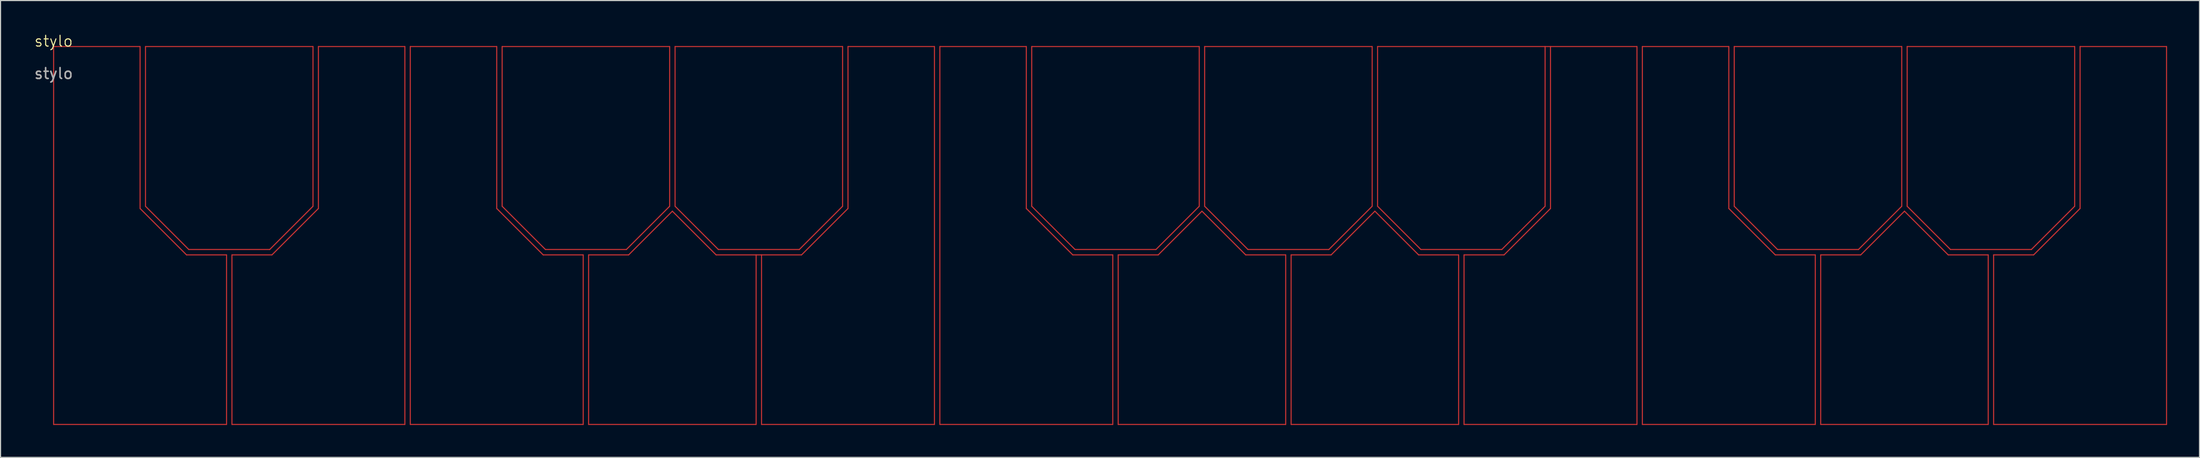
<source format=kicad_pcb>
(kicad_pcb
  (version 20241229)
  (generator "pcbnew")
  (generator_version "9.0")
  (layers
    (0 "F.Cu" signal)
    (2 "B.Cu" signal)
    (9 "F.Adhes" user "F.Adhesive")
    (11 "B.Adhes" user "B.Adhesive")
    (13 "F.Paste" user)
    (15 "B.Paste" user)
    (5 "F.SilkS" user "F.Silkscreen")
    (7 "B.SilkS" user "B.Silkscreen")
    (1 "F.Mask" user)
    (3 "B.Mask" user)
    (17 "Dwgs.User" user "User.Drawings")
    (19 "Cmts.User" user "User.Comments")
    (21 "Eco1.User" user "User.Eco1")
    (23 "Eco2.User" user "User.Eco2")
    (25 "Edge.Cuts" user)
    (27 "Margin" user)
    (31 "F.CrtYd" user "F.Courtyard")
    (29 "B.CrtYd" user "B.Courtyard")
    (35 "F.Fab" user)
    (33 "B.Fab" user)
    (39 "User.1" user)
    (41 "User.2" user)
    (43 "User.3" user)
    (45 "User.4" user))
  (footprint "stylo"
    (layer "F.Cu")
    (at 1.911 1.26)
    (property "Reference" "stylo" (at 0 -0.5 0) (unlocked yes) (layer "F.SilkS") (effects (font (size 1 1) (thickness 0.1))))
    (attr smd)
    (fp_line (start 0 0) (end 0 35) (stroke (width 0.1) (type default)) (layer "F.Cu"))
    (fp_line (start 0 35) (end 16 35) (stroke (width 0.1) (type default)) (layer "F.Cu"))
    (fp_line (start 8 0) (end 0 0) (stroke (width 0.1) (type default)) (layer "F.Cu"))
    (fp_line (start 8 15) (end 8 0) (stroke (width 0.1) (type default)) (layer "F.Cu"))
    (fp_line (start 8.5 0) (end 8.5 14.793) (stroke (width 0.1) (type default)) (layer "F.Cu"))
    (fp_line (start 8.5 14.793) (end 12.505 18.798) (stroke (width 0.1) (type default)) (layer "F.Cu"))
    (fp_line (start 12.298 19.298) (end 8 15) (stroke (width 0.1) (type default)) (layer "F.Cu"))
    (fp_line (start 12.505 18.798) (end 19.995 18.798) (stroke (width 0.1) (type default)) (layer "F.Cu"))
    (fp_line (start 16 19.298) (end 12.298 19.298) (stroke (width 0.1) (type default)) (layer "F.Cu"))
    (fp_line (start 16 35) (end 16 19.298) (stroke (width 0.1) (type default)) (layer "F.Cu"))
    (fp_line (start 16.5 19.298) (end 16.5 35) (stroke (width 0.1) (type default)) (layer "F.Cu"))
    (fp_line (start 16.5 35) (end 32.5 35) (stroke (width 0.1) (type default)) (layer "F.Cu"))
    (fp_line (start 19.995 18.798) (end 24 14.793) (stroke (width 0.1) (type default)) (layer "F.Cu"))
    (fp_line (start 20.202 19.298) (end 16.5 19.298) (stroke (width 0.1) (type default)) (layer "F.Cu"))
    (fp_line (start 24 0) (end 8.5 0) (stroke (width 0.1) (type default)) (layer "F.Cu"))
    (fp_line (start 24 14.793) (end 24 0) (stroke (width 0.1) (type default)) (layer "F.Cu"))
    (fp_line (start 24.5 0) (end 24.5 15) (stroke (width 0.1) (type default)) (layer "F.Cu"))
    (fp_line (start 24.5 15) (end 20.202 19.298) (stroke (width 0.1) (type default)) (layer "F.Cu"))
    (fp_line (start 32.5 0) (end 24.5 0) (stroke (width 0.1) (type default)) (layer "F.Cu"))
    (fp_line (start 32.5 35) (end 32.5 0) (stroke (width 0.1) (type default)) (layer "F.Cu"))
    (fp_line (start 33 0) (end 41 0) (stroke (width 0.1) (type default)) (layer "F.Cu"))
    (fp_line (start 33 35) (end 33 0) (stroke (width 0.1) (type default)) (layer "F.Cu"))
    (fp_line (start 41 0) (end 41 15) (stroke (width 0.1) (type default)) (layer "F.Cu"))
    (fp_line (start 41 15) (end 45.298 19.298) (stroke (width 0.1) (type default)) (layer "F.Cu"))
    (fp_line (start 41.5 0) (end 57 0) (stroke (width 0.1) (type default)) (layer "F.Cu"))
    (fp_line (start 41.5 14.793) (end 41.5 0) (stroke (width 0.1) (type default)) (layer "F.Cu"))
    (fp_line (start 45.298 19.298) (end 49 19.298) (stroke (width 0.1) (type default)) (layer "F.Cu"))
    (fp_line (start 45.505 18.798) (end 41.5 14.793) (stroke (width 0.1) (type default)) (layer "F.Cu"))
    (fp_line (start 49 19.298) (end 49 35) (stroke (width 0.1) (type default)) (layer "F.Cu"))
    (fp_line (start 49 35) (end 33 35) (stroke (width 0.1) (type default)) (layer "F.Cu"))
    (fp_line (start 49.5 19.298) (end 53.202 19.298) (stroke (width 0.1) (type default)) (layer "F.Cu"))
    (fp_line (start 49.5 35) (end 49.5 19.298) (stroke (width 0.1) (type default)) (layer "F.Cu"))
    (fp_line (start 52.995 18.798) (end 45.505 18.798) (stroke (width 0.1) (type default)) (layer "F.Cu"))
    (fp_line (start 53.202 19.298) (end 57.25 15.25) (stroke (width 0.1) (type default)) (layer "F.Cu"))
    (fp_line (start 57 0) (end 57 14.793) (stroke (width 0.1) (type default)) (layer "F.Cu"))
    (fp_line (start 57 14.793) (end 52.995 18.798) (stroke (width 0.1) (type default)) (layer "F.Cu"))
    (fp_line (start 57.25 15.25) (end 61.298 19.298) (stroke (width 0.1) (type default)) (layer "F.Cu"))
    (fp_line (start 57.5 0) (end 57.5 14.793) (stroke (width 0.1) (type default)) (layer "F.Cu"))
    (fp_line (start 57.5 14.793) (end 61.505 18.798) (stroke (width 0.1) (type default)) (layer "F.Cu"))
    (fp_line (start 61.298 19.298) (end 65 19.298) (stroke (width 0.1) (type default)) (layer "F.Cu"))
    (fp_line (start 61.505 18.798) (end 68.995 18.798) (stroke (width 0.1) (type default)) (layer "F.Cu"))
    (fp_line (start 65 19.298) (end 65 35) (stroke (width 0.1) (type default)) (layer "F.Cu"))
    (fp_line (start 65 35) (end 49.5 35) (stroke (width 0.1) (type default)) (layer "F.Cu"))
    (fp_line (start 65.5 19.298) (end 65 19.298) (stroke (width 0.1) (type default)) (layer "F.Cu"))
    (fp_line (start 65.5 19.298) (end 69.202 19.298) (stroke (width 0.1) (type default)) (layer "F.Cu"))
    (fp_line (start 65.5 35) (end 65.5 19.298) (stroke (width 0.1) (type default)) (layer "F.Cu"))
    (fp_line (start 68.995 18.798) (end 73 14.793) (stroke (width 0.1) (type default)) (layer "F.Cu"))
    (fp_line (start 69.202 19.298) (end 73.5 15) (stroke (width 0.1) (type default)) (layer "F.Cu"))
    (fp_line (start 73 0) (end 57.5 0) (stroke (width 0.1) (type default)) (layer "F.Cu"))
    (fp_line (start 73 14.793) (end 73 0) (stroke (width 0.1) (type default)) (layer "F.Cu"))
    (fp_line (start 73.5 0) (end 81.5 0) (stroke (width 0.1) (type default)) (layer "F.Cu"))
    (fp_line (start 73.5 15) (end 73.5 0) (stroke (width 0.1) (type default)) (layer "F.Cu"))
    (fp_line (start 81.5 0) (end 81.5 35) (stroke (width 0.1) (type default)) (layer "F.Cu"))
    (fp_line (start 81.5 35) (end 65.5 35) (stroke (width 0.1) (type default)) (layer "F.Cu"))
    (fp_line (start 82 0) (end 90 0) (stroke (width 0.1) (type default)) (layer "F.Cu"))
    (fp_line (start 82 35) (end 82 0) (stroke (width 0.1) (type default)) (layer "F.Cu"))
    (fp_line (start 90 0) (end 90 15) (stroke (width 0.1) (type default)) (layer "F.Cu"))
    (fp_line (start 90 15) (end 94.298 19.298) (stroke (width 0.1) (type default)) (layer "F.Cu"))
    (fp_line (start 90.5 0) (end 106 0) (stroke (width 0.1) (type default)) (layer "F.Cu"))
    (fp_line (start 90.5 14.793) (end 90.5 0) (stroke (width 0.1) (type default)) (layer "F.Cu"))
    (fp_line (start 94.298 19.298) (end 98 19.298) (stroke (width 0.1) (type default)) (layer "F.Cu"))
    (fp_line (start 94.505 18.798) (end 90.5 14.793) (stroke (width 0.1) (type default)) (layer "F.Cu"))
    (fp_line (start 98 19.298) (end 98 35) (stroke (width 0.1) (type default)) (layer "F.Cu"))
    (fp_line (start 98 35) (end 82 35) (stroke (width 0.1) (type default)) (layer "F.Cu"))
    (fp_line (start 98.5 19.298) (end 98.5 35) (stroke (width 0.1) (type default)) (layer "F.Cu"))
    (fp_line (start 98.5 35) (end 114 35) (stroke (width 0.1) (type default)) (layer "F.Cu"))
    (fp_line (start 101.995 18.798) (end 94.505 18.798) (stroke (width 0.1) (type default)) (layer "F.Cu"))
    (fp_line (start 102.202 19.298) (end 98.5 19.298) (stroke (width 0.1) (type default)) (layer "F.Cu"))
    (fp_line (start 106 0) (end 106 14.793) (stroke (width 0.1) (type default)) (layer "F.Cu"))
    (fp_line (start 106 14.793) (end 101.995 18.798) (stroke (width 0.1) (type default)) (layer "F.Cu"))
    (fp_line (start 106.25 15.25) (end 102.202 19.298) (stroke (width 0.1) (type default)) (layer "F.Cu"))
    (fp_line (start 106.5 0) (end 106.5 14.793) (stroke (width 0.1) (type default)) (layer "F.Cu"))
    (fp_line (start 106.5 14.793) (end 110.505 18.798) (stroke (width 0.1) (type default)) (layer "F.Cu"))
    (fp_line (start 110.298 19.298) (end 106.25 15.25) (stroke (width 0.1) (type default)) (layer "F.Cu"))
    (fp_line (start 110.505 18.798) (end 117.995 18.798) (stroke (width 0.1) (type default)) (layer "F.Cu"))
    (fp_line (start 114 19.298) (end 110.298 19.298) (stroke (width 0.1) (type default)) (layer "F.Cu"))
    (fp_line (start 114 35) (end 114 19.298) (stroke (width 0.1) (type default)) (layer "F.Cu"))
    (fp_line (start 114.5 19.298) (end 118.202 19.298) (stroke (width 0.1) (type default)) (layer "F.Cu"))
    (fp_line (start 114.5 35) (end 114.5 19.298) (stroke (width 0.1) (type default)) (layer "F.Cu"))
    (fp_line (start 117.995 18.798) (end 122 14.793) (stroke (width 0.1) (type default)) (layer "F.Cu"))
    (fp_line (start 118.202 19.298) (end 122.25 15.25) (stroke (width 0.1) (type default)) (layer "F.Cu"))
    (fp_line (start 122 0) (end 106.5 0) (stroke (width 0.1) (type default)) (layer "F.Cu"))
    (fp_line (start 122 14.793) (end 122 0) (stroke (width 0.1) (type default)) (layer "F.Cu"))
    (fp_line (start 122.25 15.25) (end 126.298 19.298) (stroke (width 0.1) (type default)) (layer "F.Cu"))
    (fp_line (start 122.5 0) (end 138 0) (stroke (width 0.1) (type default)) (layer "F.Cu"))
    (fp_line (start 122.5 14.793) (end 122.5 0) (stroke (width 0.1) (type default)) (layer "F.Cu"))
    (fp_line (start 126.298 19.298) (end 130 19.298) (stroke (width 0.1) (type default)) (layer "F.Cu"))
    (fp_line (start 126.505 18.798) (end 122.5 14.793) (stroke (width 0.1) (type default)) (layer "F.Cu"))
    (fp_line (start 130 19.298) (end 130 35) (stroke (width 0.1) (type default)) (layer "F.Cu"))
    (fp_line (start 130 35) (end 114.5 35) (stroke (width 0.1) (type default)) (layer "F.Cu"))
    (fp_line (start 130.5 19.298) (end 130.5 35) (stroke (width 0.1) (type default)) (layer "F.Cu"))
    (fp_line (start 130.5 35) (end 146.5 35) (stroke (width 0.1) (type default)) (layer "F.Cu"))
    (fp_line (start 133.995 18.798) (end 126.505 18.798) (stroke (width 0.1) (type default)) (layer "F.Cu"))
    (fp_line (start 134.202 19.298) (end 130.5 19.298) (stroke (width 0.1) (type default)) (layer "F.Cu"))
    (fp_line (start 138 0) (end 138 14.793) (stroke (width 0.1) (type default)) (layer "F.Cu"))
    (fp_line (start 138 14.793) (end 133.995 18.798) (stroke (width 0.1) (type default)) (layer "F.Cu"))
    (fp_line (start 138.5 0) (end 138 0) (stroke (width 0.1) (type default)) (layer "F.Cu"))
    (fp_line (start 138.5 0) (end 138.5 15) (stroke (width 0.1) (type default)) (layer "F.Cu"))
    (fp_line (start 138.5 15) (end 134.202 19.298) (stroke (width 0.1) (type default)) (layer "F.Cu"))
    (fp_line (start 146.5 0) (end 138.5 0) (stroke (width 0.1) (type default)) (layer "F.Cu"))
    (fp_line (start 146.5 35) (end 146.5 0) (stroke (width 0.1) (type default)) (layer "F.Cu"))
    (fp_line (start 147 0) (end 155 0) (stroke (width 0.1) (type default)) (layer "F.Cu"))
    (fp_line (start 147 35) (end 147 0) (stroke (width 0.1) (type default)) (layer "F.Cu"))
    (fp_line (start 155 0) (end 155 15) (stroke (width 0.1) (type default)) (layer "F.Cu"))
    (fp_line (start 155 15) (end 159.298 19.298) (stroke (width 0.1) (type default)) (layer "F.Cu"))
    (fp_line (start 155.5 0) (end 171 0) (stroke (width 0.1) (type default)) (layer "F.Cu"))
    (fp_line (start 155.5 14.793) (end 155.5 0) (stroke (width 0.1) (type default)) (layer "F.Cu"))
    (fp_line (start 159.298 19.298) (end 163 19.298) (stroke (width 0.1) (type default)) (layer "F.Cu"))
    (fp_line (start 159.505 18.798) (end 155.5 14.793) (stroke (width 0.1) (type default)) (layer "F.Cu"))
    (fp_line (start 163 19.298) (end 163 35) (stroke (width 0.1) (type default)) (layer "F.Cu"))
    (fp_line (start 163 35) (end 147 35) (stroke (width 0.1) (type default)) (layer "F.Cu"))
    (fp_line (start 163.5 19.298) (end 163.5 35) (stroke (width 0.1) (type default)) (layer "F.Cu"))
    (fp_line (start 163.5 35) (end 179 35) (stroke (width 0.1) (type default)) (layer "F.Cu"))
    (fp_line (start 166.995 18.798) (end 159.505 18.798) (stroke (width 0.1) (type default)) (layer "F.Cu"))
    (fp_line (start 167.202 19.298) (end 163.5 19.298) (stroke (width 0.1) (type default)) (layer "F.Cu"))
    (fp_line (start 171 0) (end 171 14.793) (stroke (width 0.1) (type default)) (layer "F.Cu"))
    (fp_line (start 171 14.793) (end 166.995 18.798) (stroke (width 0.1) (type default)) (layer "F.Cu"))
    (fp_line (start 171.25 15.25) (end 167.202 19.298) (stroke (width 0.1) (type default)) (layer "F.Cu"))
    (fp_line (start 171.5 0) (end 171.5 14.793) (stroke (width 0.1) (type default)) (layer "F.Cu"))
    (fp_line (start 171.5 14.793) (end 175.505 18.798) (stroke (width 0.1) (type default)) (layer "F.Cu"))
    (fp_line (start 175.298 19.298) (end 171.25 15.25) (stroke (width 0.1) (type default)) (layer "F.Cu"))
    (fp_line (start 175.505 18.798) (end 182.995 18.798) (stroke (width 0.1) (type default)) (layer "F.Cu"))
    (fp_line (start 179 19.298) (end 175.298 19.298) (stroke (width 0.1) (type default)) (layer "F.Cu"))
    (fp_line (start 179 35) (end 179 19.298) (stroke (width 0.1) (type default)) (layer "F.Cu"))
    (fp_line (start 179.5 19.298) (end 179.5 35) (stroke (width 0.1) (type default)) (layer "F.Cu"))
    (fp_line (start 179.51 19.298) (end 179.5 19.298) (stroke (width 0.0001) (type default)) (layer "F.Cu"))
    (fp_line (start 182.995 18.798) (end 187 14.793) (stroke (width 0.1) (type default)) (layer "F.Cu"))
    (fp_line (start 183.202 19.298) (end 179.5 19.298) (stroke (width 0.1) (type default)) (layer "F.Cu"))
    (fp_line (start 183.212 19.298) (end 183.202 19.298) (stroke (width 0.0001) (type default)) (layer "F.Cu"))
    (fp_line (start 187 0) (end 171.5 0) (stroke (width 0.1) (type default)) (layer "F.Cu"))
    (fp_line (start 187 14.793) (end 187 0) (stroke (width 0.1) (type default)) (layer "F.Cu"))
    (fp_line (start 187.5 0) (end 187.5 15) (stroke (width 0.1) (type default)) (layer "F.Cu"))
    (fp_line (start 187.5 15) (end 183.202 19.298) (stroke (width 0.1) (type default)) (layer "F.Cu"))
    (fp_line (start 187.51 15) (end 187.5 15) (stroke (width 0.0001) (type default)) (layer "F.Cu"))
    (fp_line (start 195.5 0) (end 187.5 0) (stroke (width 0.1) (type default)) (layer "F.Cu"))
    (fp_line (start 195.5 0) (end 195.5 35) (stroke (width 0.1) (type default)) (layer "F.Cu"))
    (fp_line (start 195.5 35) (end 179.5 35) (stroke (width 0.1) (type default)) (layer "F.Cu"))
    (fp_circle (center 179.5 19.298) (end 179.51 19.298) (stroke (width 0.0001) (type default)) (fill yes) (layer "F.Cu"))
    (fp_circle (center 183.202 19.298) (end 183.212 19.298) (stroke (width 0.0001) (type default)) (fill yes) (layer "F.Cu"))
    (fp_circle (center 187.5 15) (end 187.51 15) (stroke (width 0.0001) (type default)) (fill yes) (layer "F.Cu"))
    (fp_text user "${REFERENCE}" (at 0 2.5 0) (unlocked yes) (layer "F.Fab") (effects (font (size 1 1) (thickness 0.15)))))
  (gr_rect
    (start -3 -3)
    (end 200.461 39.31)
    (stroke (width 0.1) (type default))
    (fill no)
    (layer "Edge.Cuts")))
</source>
